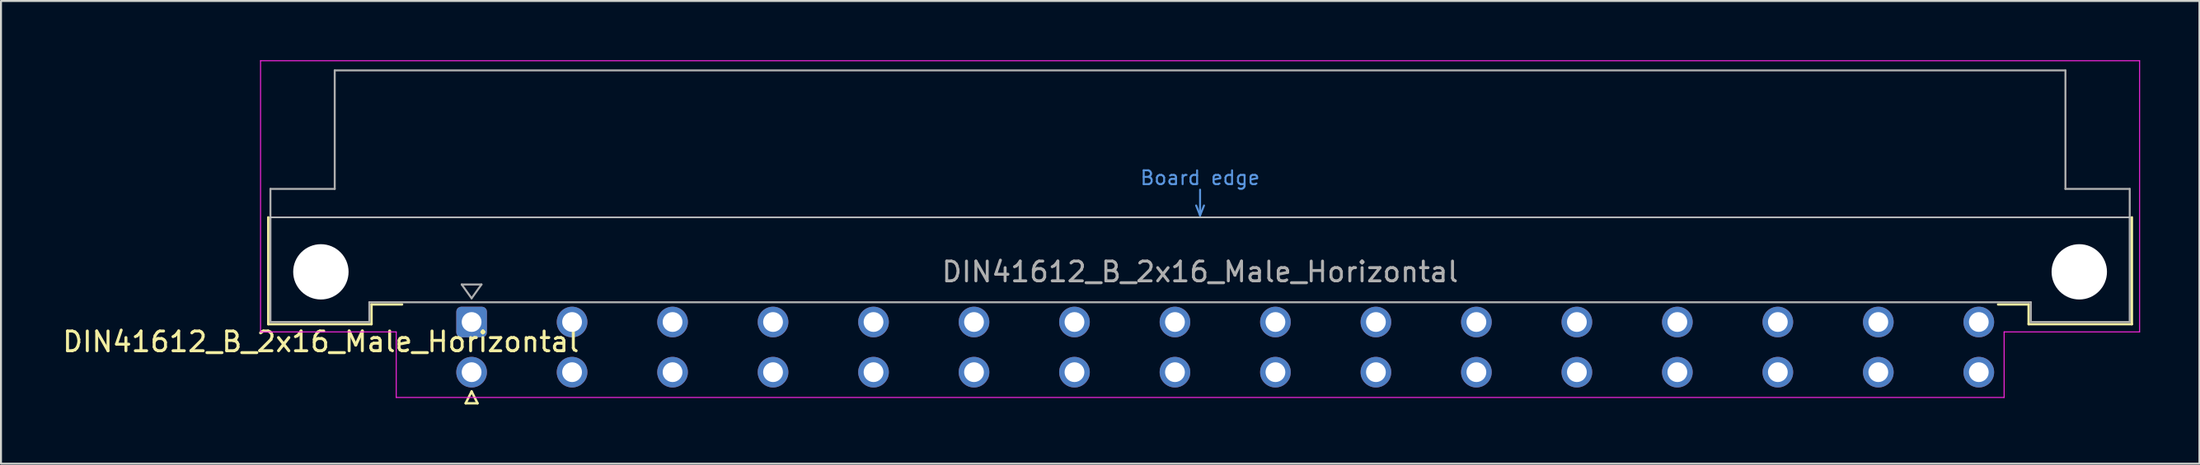
<source format=kicad_pcb>
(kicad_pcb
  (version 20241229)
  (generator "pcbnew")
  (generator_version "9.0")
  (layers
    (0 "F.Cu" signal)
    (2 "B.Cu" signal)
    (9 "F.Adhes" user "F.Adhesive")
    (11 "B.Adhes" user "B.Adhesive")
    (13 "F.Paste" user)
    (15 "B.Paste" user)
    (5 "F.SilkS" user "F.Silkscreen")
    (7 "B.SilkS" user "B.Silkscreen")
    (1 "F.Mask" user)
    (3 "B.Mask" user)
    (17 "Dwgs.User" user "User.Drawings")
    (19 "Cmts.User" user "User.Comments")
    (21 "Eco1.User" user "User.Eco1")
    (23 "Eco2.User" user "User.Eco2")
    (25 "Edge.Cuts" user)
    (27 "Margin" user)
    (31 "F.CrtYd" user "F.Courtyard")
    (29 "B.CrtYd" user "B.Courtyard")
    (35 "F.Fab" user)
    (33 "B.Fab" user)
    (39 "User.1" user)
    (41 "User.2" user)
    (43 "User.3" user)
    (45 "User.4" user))
  (footprint "DIN41612_B_2x16_Male_Horizontal"
    (layer "F.Cu")
    (at 18.253 13.255)
    (property "Reference" "DIN41612_B_2x16_Male_Horizontal" (at -5.08 1 0) (layer "F.SilkS") (effects (font (size 1 1) (thickness 0.15))))
    (attr through_hole)
    (fp_line (start -7.74 -5.3) (end -7.74 0.11) (stroke (width 0.12) (type solid)) (layer "F.SilkS"))
    (fp_line (start -7.74 0.11) (end -2.52 0.11) (stroke (width 0.12) (type solid)) (layer "F.SilkS"))
    (fp_line (start -2.52 -0.89) (end -0.975 -0.89) (stroke (width 0.12) (type solid)) (layer "F.SilkS"))
    (fp_line (start -2.52 0.11) (end -2.52 -0.89) (stroke (width 0.12) (type solid)) (layer "F.SilkS"))
    (fp_line (start 2.24 4.115) (end 2.84 4.115) (stroke (width 0.12) (type solid)) (layer "F.SilkS"))
    (fp_line (start 2.54 3.515) (end 2.24 4.115) (stroke (width 0.12) (type solid)) (layer "F.SilkS"))
    (fp_line (start 2.84 4.115) (end 2.54 3.515) (stroke (width 0.12) (type solid)) (layer "F.SilkS"))
    (fp_line (start 81.26 -0.89) (end 79.715 -0.89) (stroke (width 0.12) (type solid)) (layer "F.SilkS"))
    (fp_line (start 81.26 0.11) (end 81.26 -0.89) (stroke (width 0.12) (type solid)) (layer "F.SilkS"))
    (fp_line (start 86.48 -5.3) (end 86.48 0.11) (stroke (width 0.12) (type solid)) (layer "F.SilkS"))
    (fp_line (start 86.48 0.11) (end 81.26 0.11) (stroke (width 0.12) (type solid)) (layer "F.SilkS"))
    (fp_line (start -7.63 -5.3) (end 86.37 -5.3) (stroke (width 0.08) (type solid)) (layer "Dwgs.User"))
    (fp_line (start 39.17 -5.9) (end 39.37 -5.4) (stroke (width 0.1) (type solid)) (layer "Cmts.User"))
    (fp_line (start 39.37 -5.4) (end 39.37 -6.7) (stroke (width 0.1) (type solid)) (layer "Cmts.User"))
    (fp_line (start 39.37 -5.4) (end 39.57 -5.9) (stroke (width 0.1) (type solid)) (layer "Cmts.User"))
    (fp_line (start -8.13 -13.23) (end -8.13 0.5) (stroke (width 0.05) (type solid)) (layer "F.CrtYd"))
    (fp_line (start -8.13 0.5) (end -1.27 0.5) (stroke (width 0.05) (type solid)) (layer "F.CrtYd"))
    (fp_line (start -1.27 0.5) (end -1.27 3.82) (stroke (width 0.05) (type solid)) (layer "F.CrtYd"))
    (fp_line (start -1.27 3.82) (end 80.02 3.82) (stroke (width 0.05) (type solid)) (layer "F.CrtYd"))
    (fp_line (start 80.02 0.5) (end 86.87 0.5) (stroke (width 0.05) (type solid)) (layer "F.CrtYd"))
    (fp_line (start 80.02 3.82) (end 80.02 0.5) (stroke (width 0.05) (type solid)) (layer "F.CrtYd"))
    (fp_line (start 86.87 -13.23) (end -8.13 -13.23) (stroke (width 0.05) (type solid)) (layer "F.CrtYd"))
    (fp_line (start 86.87 0.5) (end 86.87 -13.23) (stroke (width 0.05) (type solid)) (layer "F.CrtYd"))
    (fp_line (start -7.63 -6.74) (end -7.63 0) (stroke (width 0.1) (type solid)) (layer "F.Fab"))
    (fp_line (start -7.63 0) (end -2.63 0) (stroke (width 0.1) (type solid)) (layer "F.Fab"))
    (fp_line (start -4.38 -12.74) (end -4.38 -6.74) (stroke (width 0.1) (type solid)) (layer "F.Fab"))
    (fp_line (start -4.38 -6.74) (end -7.63 -6.74) (stroke (width 0.1) (type solid)) (layer "F.Fab"))
    (fp_line (start -2.63 -1) (end 81.37 -1) (stroke (width 0.1) (type solid)) (layer "F.Fab"))
    (fp_line (start -2.63 0) (end -2.63 -1) (stroke (width 0.1) (type solid)) (layer "F.Fab"))
    (fp_line (start 2.04 -1.9) (end 3.04 -1.9) (stroke (width 0.1) (type solid)) (layer "F.Fab"))
    (fp_line (start 2.54 -1.2) (end 2.04 -1.9) (stroke (width 0.1) (type solid)) (layer "F.Fab"))
    (fp_line (start 3.04 -1.9) (end 2.54 -1.2) (stroke (width 0.1) (type solid)) (layer "F.Fab"))
    (fp_line (start 81.37 -1) (end 81.37 0) (stroke (width 0.1) (type solid)) (layer "F.Fab"))
    (fp_line (start 81.37 0) (end 86.37 0) (stroke (width 0.1) (type solid)) (layer "F.Fab"))
    (fp_line (start 83.12 -12.74) (end -4.38 -12.74) (stroke (width 0.1) (type solid)) (layer "F.Fab"))
    (fp_line (start 83.12 -6.74) (end 83.12 -12.74) (stroke (width 0.1) (type solid)) (layer "F.Fab"))
    (fp_line (start 86.37 -6.74) (end 83.12 -6.74) (stroke (width 0.1) (type solid)) (layer "F.Fab"))
    (fp_line (start 86.37 0) (end 86.37 -6.74) (stroke (width 0.1) (type solid)) (layer "F.Fab"))
    (fp_text user "Board edge" (at 39.37 -7.3 0) (layer "Cmts.User") (effects (font (size 0.7 0.7) (thickness 0.1))))
    (fp_text user "${REFERENCE}" (at 39.37 -2.54 0) (layer "F.Fab") (effects (font (size 1 1) (thickness 0.15))))
    (pad "" np_thru_hole circle (at -5.08 -2.54) (size 2.8 2.8) (drill 2.8) (layers "*.Cu" "*.Mask"))
    (pad "" np_thru_hole circle (at 83.82 -2.54) (size 2.8 2.8) (drill 2.8) (layers "*.Cu" "*.Mask"))
    (pad "a2" thru_hole roundrect (at 2.54 0) (size 1.55 1.55) (drill 1) (layers "*.Cu" "*.Mask") (roundrect_rratio 0.161))
    (pad "a4" thru_hole circle (at 7.62 0) (size 1.55 1.55) (drill 1) (layers "*.Cu" "*.Mask"))
    (pad "a6" thru_hole circle (at 12.7 0) (size 1.55 1.55) (drill 1) (layers "*.Cu" "*.Mask"))
    (pad "a8" thru_hole circle (at 17.78 0) (size 1.55 1.55) (drill 1) (layers "*.Cu" "*.Mask"))
    (pad "a10" thru_hole circle (at 22.86 0) (size 1.55 1.55) (drill 1) (layers "*.Cu" "*.Mask"))
    (pad "a12" thru_hole circle (at 27.94 0) (size 1.55 1.55) (drill 1) (layers "*.Cu" "*.Mask"))
    (pad "a14" thru_hole circle (at 33.02 0) (size 1.55 1.55) (drill 1) (layers "*.Cu" "*.Mask"))
    (pad "a16" thru_hole circle (at 38.1 0) (size 1.55 1.55) (drill 1) (layers "*.Cu" "*.Mask"))
    (pad "a18" thru_hole circle (at 43.18 0) (size 1.55 1.55) (drill 1) (layers "*.Cu" "*.Mask"))
    (pad "a20" thru_hole circle (at 48.26 0) (size 1.55 1.55) (drill 1) (layers "*.Cu" "*.Mask"))
    (pad "a22" thru_hole circle (at 53.34 0) (size 1.55 1.55) (drill 1) (layers "*.Cu" "*.Mask"))
    (pad "a24" thru_hole circle (at 58.42 0) (size 1.55 1.55) (drill 1) (layers "*.Cu" "*.Mask"))
    (pad "a26" thru_hole circle (at 63.5 0) (size 1.55 1.55) (drill 1) (layers "*.Cu" "*.Mask"))
    (pad "a28" thru_hole circle (at 68.58 0) (size 1.55 1.55) (drill 1) (layers "*.Cu" "*.Mask"))
    (pad "a30" thru_hole circle (at 73.66 0) (size 1.55 1.55) (drill 1) (layers "*.Cu" "*.Mask"))
    (pad "a32" thru_hole circle (at 78.74 0) (size 1.55 1.55) (drill 1) (layers "*.Cu" "*.Mask"))
    (pad "b2" thru_hole circle (at 2.54 2.54) (size 1.55 1.55) (drill 1) (layers "*.Cu" "*.Mask"))
    (pad "b4" thru_hole circle (at 7.62 2.54) (size 1.55 1.55) (drill 1) (layers "*.Cu" "*.Mask"))
    (pad "b6" thru_hole circle (at 12.7 2.54) (size 1.55 1.55) (drill 1) (layers "*.Cu" "*.Mask"))
    (pad "b8" thru_hole circle (at 17.78 2.54) (size 1.55 1.55) (drill 1) (layers "*.Cu" "*.Mask"))
    (pad "b10" thru_hole circle (at 22.86 2.54) (size 1.55 1.55) (drill 1) (layers "*.Cu" "*.Mask"))
    (pad "b12" thru_hole circle (at 27.94 2.54) (size 1.55 1.55) (drill 1) (layers "*.Cu" "*.Mask"))
    (pad "b14" thru_hole circle (at 33.02 2.54) (size 1.55 1.55) (drill 1) (layers "*.Cu" "*.Mask"))
    (pad "b16" thru_hole circle (at 38.1 2.54) (size 1.55 1.55) (drill 1) (layers "*.Cu" "*.Mask"))
    (pad "b18" thru_hole circle (at 43.18 2.54) (size 1.55 1.55) (drill 1) (layers "*.Cu" "*.Mask"))
    (pad "b20" thru_hole circle (at 48.26 2.54) (size 1.55 1.55) (drill 1) (layers "*.Cu" "*.Mask"))
    (pad "b22" thru_hole circle (at 53.34 2.54) (size 1.55 1.55) (drill 1) (layers "*.Cu" "*.Mask"))
    (pad "b24" thru_hole circle (at 58.42 2.54) (size 1.55 1.55) (drill 1) (layers "*.Cu" "*.Mask"))
    (pad "b26" thru_hole circle (at 63.5 2.54) (size 1.55 1.55) (drill 1) (layers "*.Cu" "*.Mask"))
    (pad "b28" thru_hole circle (at 68.58 2.54) (size 1.55 1.55) (drill 1) (layers "*.Cu" "*.Mask"))
    (pad "b30" thru_hole circle (at 73.66 2.54) (size 1.55 1.55) (drill 1) (layers "*.Cu" "*.Mask"))
    (pad "b32" thru_hole circle (at 78.74 2.54) (size 1.55 1.55) (drill 1) (layers "*.Cu" "*.Mask")))
  (gr_rect
    (start -3 -3)
    (end 108.148 20.43)
    (stroke (width 0.1) (type default))
    (fill no)
    (layer "Edge.Cuts")))
</source>
